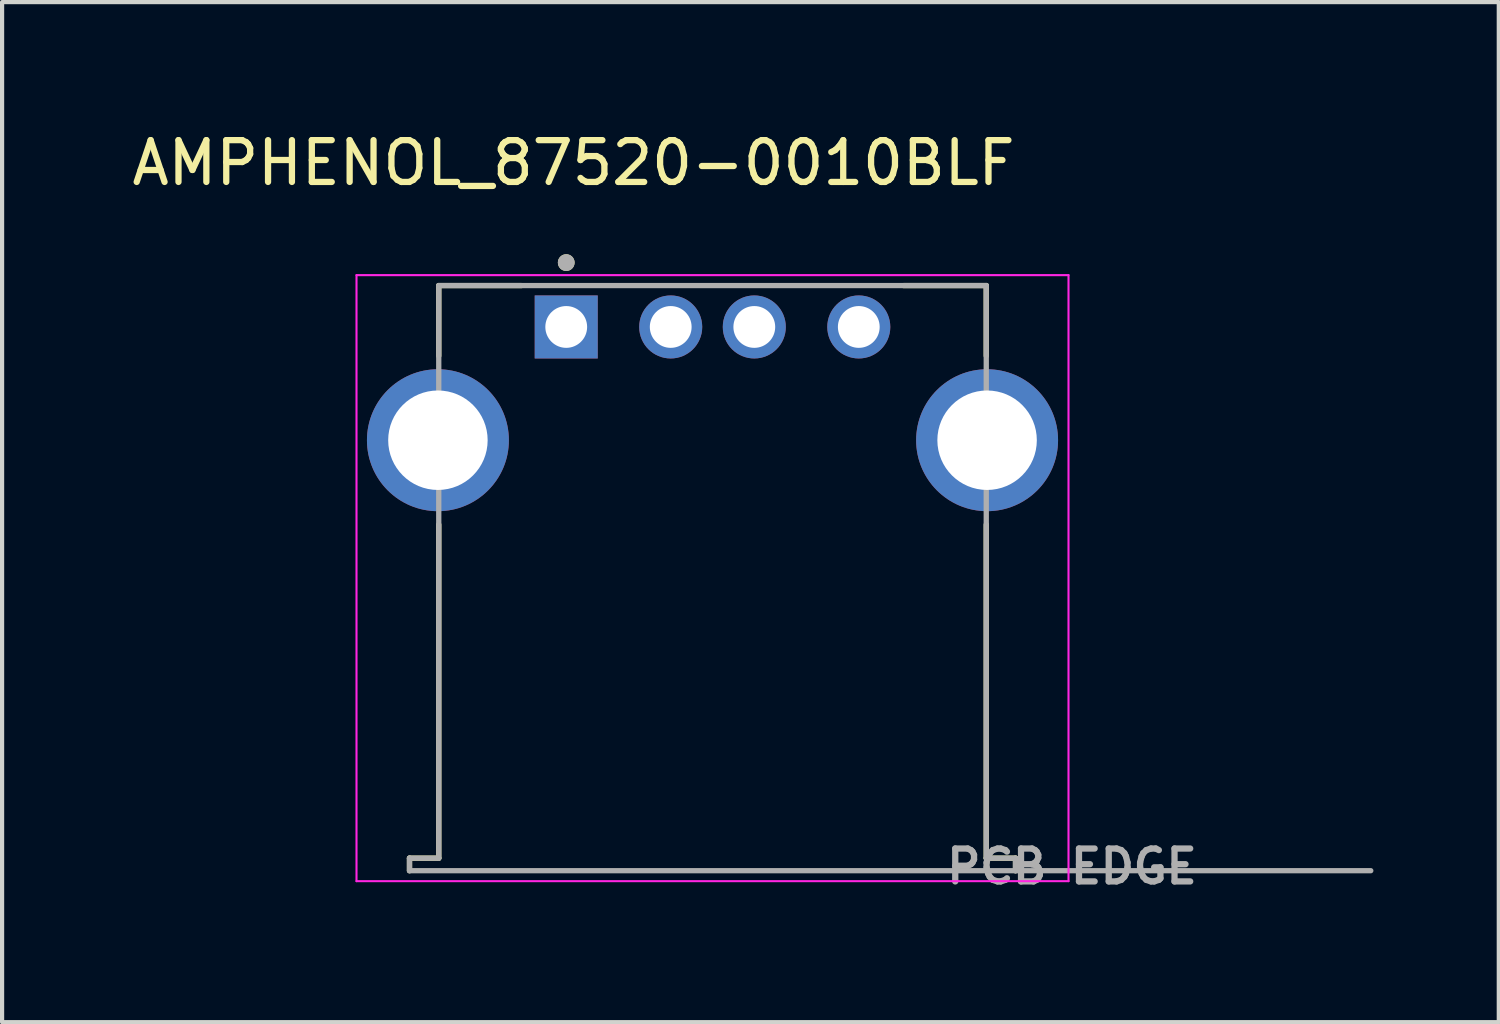
<source format=kicad_pcb>
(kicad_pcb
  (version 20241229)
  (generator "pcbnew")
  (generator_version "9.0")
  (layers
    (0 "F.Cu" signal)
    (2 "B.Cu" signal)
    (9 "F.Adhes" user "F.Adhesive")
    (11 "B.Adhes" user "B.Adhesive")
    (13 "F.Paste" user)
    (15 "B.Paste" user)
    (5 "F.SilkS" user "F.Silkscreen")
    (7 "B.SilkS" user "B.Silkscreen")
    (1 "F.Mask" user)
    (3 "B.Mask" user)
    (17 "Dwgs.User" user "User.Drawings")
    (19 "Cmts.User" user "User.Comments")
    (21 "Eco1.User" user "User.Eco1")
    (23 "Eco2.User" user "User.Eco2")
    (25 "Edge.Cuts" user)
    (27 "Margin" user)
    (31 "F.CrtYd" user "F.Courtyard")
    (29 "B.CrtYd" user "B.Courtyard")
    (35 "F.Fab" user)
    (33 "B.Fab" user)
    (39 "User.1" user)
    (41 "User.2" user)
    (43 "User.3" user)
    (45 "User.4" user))
  (footprint "AMPHENOL_87520-0010BLF"
    (layer "F.Cu")
    (at 13.998 7.483)
    (property "Reference" "AMPHENOL_87520-0010BLF" (at -3.325 -6.635 0) (layer "F.SilkS") (effects (font (size 1 1) (thickness 0.15))))
    (attr through_hole)
    (fp_line (start -7.25 10.3) (end -7.25 10) (stroke (width 0.127) (type solid)) (layer "F.SilkS"))
    (fp_line (start -6.55 -3.7) (end -4.574 -3.7) (stroke (width 0.127) (type solid)) (layer "F.SilkS"))
    (fp_line (start -6.55 -2.018) (end -6.55 -3.7) (stroke (width 0.127) (type solid)) (layer "F.SilkS"))
    (fp_line (start -6.55 2.018) (end -6.55 10) (stroke (width 0.127) (type solid)) (layer "F.SilkS"))
    (fp_line (start -6.55 10) (end -7.25 10) (stroke (width 0.127) (type solid)) (layer "F.SilkS"))
    (fp_line (start 4.574 -3.7) (end 6.55 -3.7) (stroke (width 0.127) (type solid)) (layer "F.SilkS"))
    (fp_line (start 6.55 -3.7) (end 6.55 -2.018) (stroke (width 0.127) (type solid)) (layer "F.SilkS"))
    (fp_line (start 6.55 2.018) (end 6.55 10) (stroke (width 0.127) (type solid)) (layer "F.SilkS"))
    (fp_line (start 6.55 10) (end 7.25 10) (stroke (width 0.127) (type solid)) (layer "F.SilkS"))
    (fp_line (start 7.25 10.3) (end 7.25 10) (stroke (width 0.127) (type solid)) (layer "F.SilkS"))
    (fp_circle (center -3.5 -4.25) (end -3.4 -4.25) (stroke (width 0.2) (type solid)) (fill no) (layer "F.SilkS"))
    (fp_line (start -8.518 -3.95) (end -8.518 10.55) (stroke (width 0.05) (type solid)) (layer "F.CrtYd"))
    (fp_line (start -8.518 10.55) (end 8.518 10.55) (stroke (width 0.05) (type solid)) (layer "F.CrtYd"))
    (fp_line (start 8.518 -3.95) (end -8.518 -3.95) (stroke (width 0.05) (type solid)) (layer "F.CrtYd"))
    (fp_line (start 8.518 10.55) (end 8.518 -3.95) (stroke (width 0.05) (type solid)) (layer "F.CrtYd"))
    (fp_line (start -7.25 10) (end -6.55 10) (stroke (width 0.127) (type solid)) (layer "F.Fab"))
    (fp_line (start -7.25 10.3) (end -7.25 10) (stroke (width 0.127) (type solid)) (layer "F.Fab"))
    (fp_line (start -7.25 10.3) (end 7.25 10.3) (stroke (width 0.127) (type solid)) (layer "F.Fab"))
    (fp_line (start -6.55 -3.7) (end 6.55 -3.7) (stroke (width 0.127) (type solid)) (layer "F.Fab"))
    (fp_line (start -6.55 10) (end -6.55 -3.7) (stroke (width 0.127) (type solid)) (layer "F.Fab"))
    (fp_line (start 6.55 10) (end 6.55 -3.7) (stroke (width 0.127) (type solid)) (layer "F.Fab"))
    (fp_line (start 7.25 10) (end 6.55 10) (stroke (width 0.127) (type solid)) (layer "F.Fab"))
    (fp_line (start 7.25 10) (end 7.25 10.3) (stroke (width 0.127) (type solid)) (layer "F.Fab"))
    (fp_line (start 7.25 10.3) (end 15.75 10.3) (stroke (width 0.127) (type solid)) (layer "F.Fab"))
    (fp_circle (center -3.5 -4.25) (end -3.4 -4.25) (stroke (width 0.2) (type solid)) (fill no) (layer "F.Fab"))
    (fp_text user "PCB EDGE" (at 8.6 10.2 0) (layer "F.Fab") (effects (font (size 0.787 0.787) (thickness 0.15))))
    (pad "1" thru_hole rect (at -3.5 -2.71) (size 1.508 1.508) (drill 1) (layers "*.Cu" "*.Mask"))
    (pad "2" thru_hole circle (at -1 -2.71) (size 1.508 1.508) (drill 1) (layers "*.Cu" "*.Mask"))
    (pad "3" thru_hole circle (at 1 -2.71) (size 1.508 1.508) (drill 1) (layers "*.Cu" "*.Mask"))
    (pad "4" thru_hole circle (at 3.5 -2.71) (size 1.508 1.508) (drill 1) (layers "*.Cu" "*.Mask"))
    (pad "SH1" thru_hole circle (at -6.57 0) (size 3.396 3.396) (drill 2.38) (layers "*.Cu" "*.Mask"))
    (pad "SH2" thru_hole circle (at 6.57 0) (size 3.396 3.396) (drill 2.38) (layers "*.Cu" "*.Mask")))
  (gr_rect
    (start -3 -3)
    (end 32.811 21.407)
    (stroke (width 0.1) (type default))
    (fill no)
    (layer "Edge.Cuts")))
</source>
